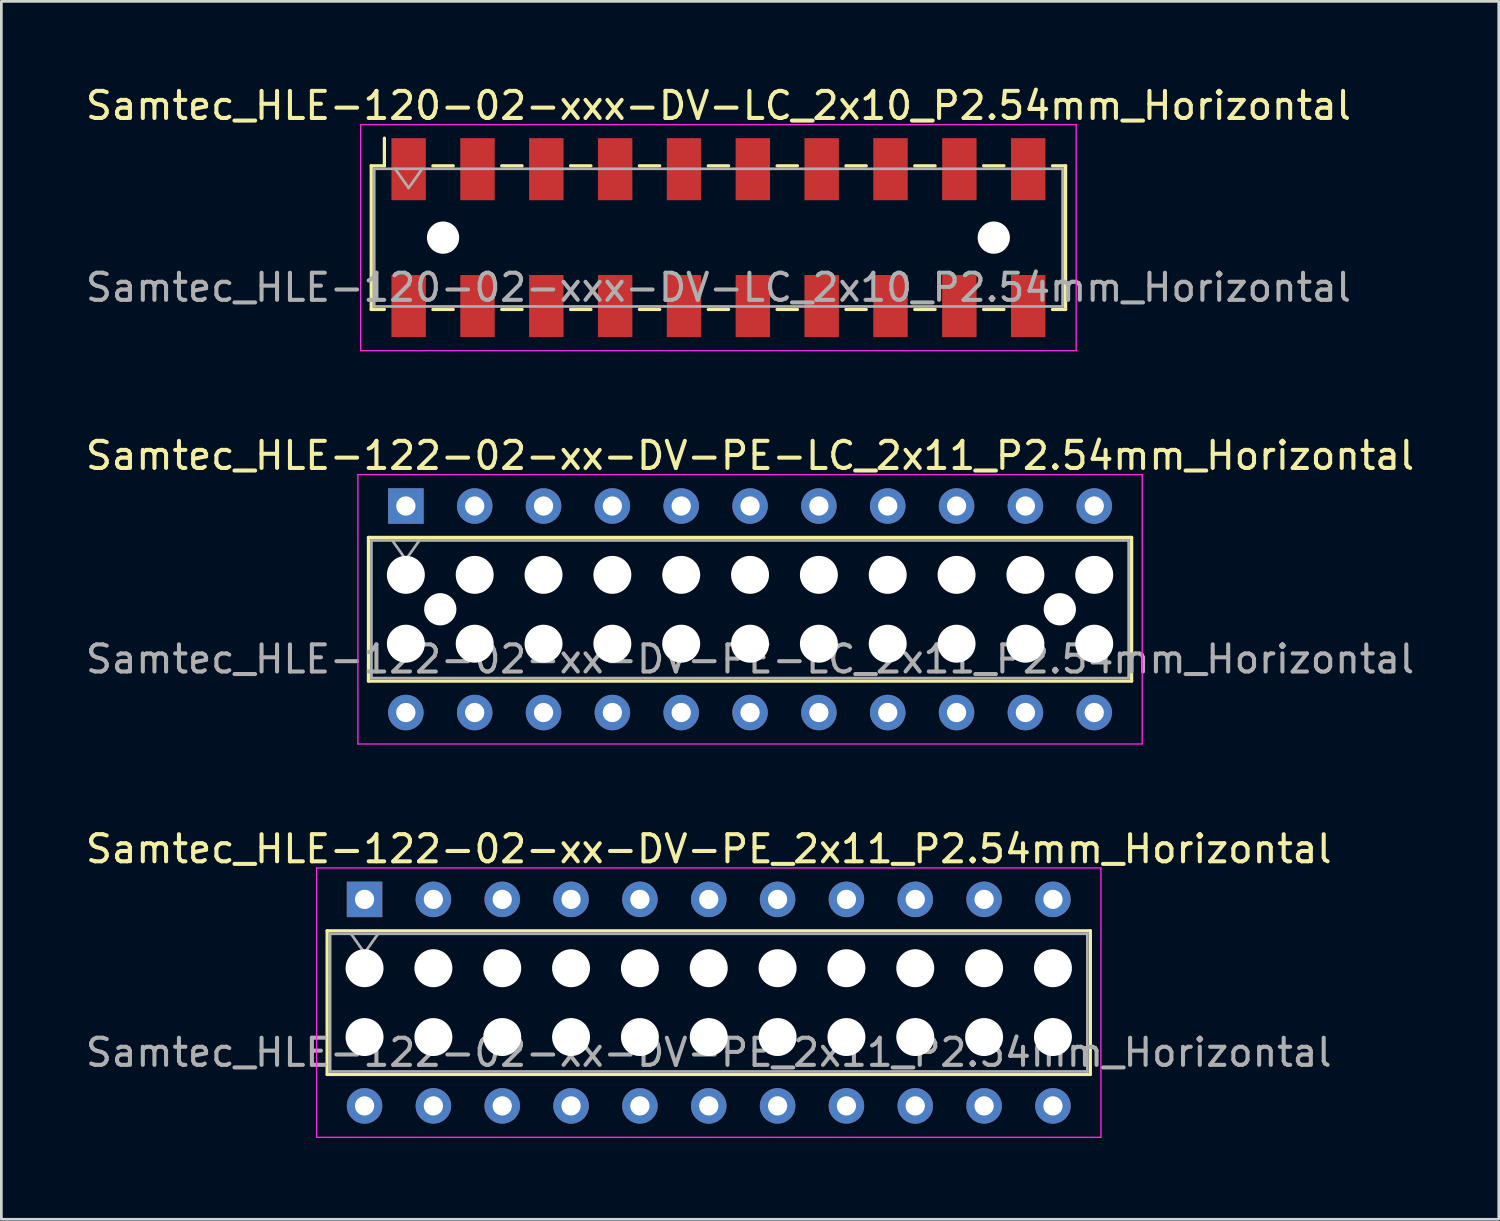
<source format=kicad_pcb>
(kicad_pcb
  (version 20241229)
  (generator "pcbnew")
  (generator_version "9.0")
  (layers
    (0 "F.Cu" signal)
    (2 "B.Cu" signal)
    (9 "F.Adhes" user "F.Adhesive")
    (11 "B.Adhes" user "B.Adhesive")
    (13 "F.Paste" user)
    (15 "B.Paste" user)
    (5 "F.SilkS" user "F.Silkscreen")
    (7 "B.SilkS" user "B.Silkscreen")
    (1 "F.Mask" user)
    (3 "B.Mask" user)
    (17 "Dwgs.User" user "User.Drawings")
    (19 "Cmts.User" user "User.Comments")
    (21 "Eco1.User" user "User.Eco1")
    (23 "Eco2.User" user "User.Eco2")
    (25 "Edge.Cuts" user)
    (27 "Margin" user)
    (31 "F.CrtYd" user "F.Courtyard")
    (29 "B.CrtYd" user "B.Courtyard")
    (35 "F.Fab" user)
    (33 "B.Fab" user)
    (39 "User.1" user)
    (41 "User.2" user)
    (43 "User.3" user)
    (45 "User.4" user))
  (footprint "Samtec_HLE-122-02-xx-DV-PE_2x11_P2.54mm_Horizontal"
    (layer "F.Cu")
    (at 10.401 30.135)
    (property "Reference" "Samtec_HLE-122-02-xx-DV-PE_2x11_P2.54mm_Horizontal" (at 12.7 -1.86 0) (layer "F.SilkS") (effects (font (size 1 1) (thickness 0.15))))
    (attr through_hole)
    (fp_line (start -1.38 1.16) (end 26.78 1.16) (stroke (width 0.12) (type solid)) (layer "F.SilkS"))
    (fp_line (start -1.38 6.46) (end -1.38 1.16) (stroke (width 0.12) (type solid)) (layer "F.SilkS"))
    (fp_line (start 26.78 1.16) (end 26.78 6.46) (stroke (width 0.12) (type solid)) (layer "F.SilkS"))
    (fp_line (start 26.78 6.46) (end -1.38 6.46) (stroke (width 0.12) (type solid)) (layer "F.SilkS"))
    (fp_line (start -1.77 -1.16) (end 27.17 -1.16) (stroke (width 0.05) (type solid)) (layer "F.CrtYd"))
    (fp_line (start -1.77 8.78) (end -1.77 -1.16) (stroke (width 0.05) (type solid)) (layer "F.CrtYd"))
    (fp_line (start 27.17 -1.16) (end 27.17 8.78) (stroke (width 0.05) (type solid)) (layer "F.CrtYd"))
    (fp_line (start 27.17 8.78) (end -1.77 8.78) (stroke (width 0.05) (type solid)) (layer "F.CrtYd"))
    (fp_line (start -1.27 1.27) (end 26.67 1.27) (stroke (width 0.1) (type solid)) (layer "F.Fab"))
    (fp_line (start -1.27 6.35) (end -1.27 1.27) (stroke (width 0.1) (type solid)) (layer "F.Fab"))
    (fp_line (start -0.5 1.27) (end 0 1.977) (stroke (width 0.1) (type solid)) (layer "F.Fab"))
    (fp_line (start 0 1.977) (end 0.5 1.27) (stroke (width 0.1) (type solid)) (layer "F.Fab"))
    (fp_line (start 26.67 1.27) (end 26.67 6.35) (stroke (width 0.1) (type solid)) (layer "F.Fab"))
    (fp_line (start 26.67 6.35) (end -1.27 6.35) (stroke (width 0.1) (type solid)) (layer "F.Fab"))
    (fp_text user "${REFERENCE}" (at 12.7 5.65 0) (layer "F.Fab") (effects (font (size 1 1) (thickness 0.15))))
    (pad "" np_thru_hole circle (at 0 2.54) (size 1.4 1.4) (drill 1.4) (layers "*.Cu" "*.Mask"))
    (pad "" np_thru_hole circle (at 0 5.08) (size 1.4 1.4) (drill 1.4) (layers "*.Cu" "*.Mask"))
    (pad "" np_thru_hole circle (at 2.54 2.54) (size 1.4 1.4) (drill 1.4) (layers "*.Cu" "*.Mask"))
    (pad "" np_thru_hole circle (at 2.54 5.08) (size 1.4 1.4) (drill 1.4) (layers "*.Cu" "*.Mask"))
    (pad "" np_thru_hole circle (at 5.08 2.54) (size 1.4 1.4) (drill 1.4) (layers "*.Cu" "*.Mask"))
    (pad "" np_thru_hole circle (at 5.08 5.08) (size 1.4 1.4) (drill 1.4) (layers "*.Cu" "*.Mask"))
    (pad "" np_thru_hole circle (at 7.62 2.54) (size 1.4 1.4) (drill 1.4) (layers "*.Cu" "*.Mask"))
    (pad "" np_thru_hole circle (at 7.62 5.08) (size 1.4 1.4) (drill 1.4) (layers "*.Cu" "*.Mask"))
    (pad "" np_thru_hole circle (at 10.16 2.54) (size 1.4 1.4) (drill 1.4) (layers "*.Cu" "*.Mask"))
    (pad "" np_thru_hole circle (at 10.16 5.08) (size 1.4 1.4) (drill 1.4) (layers "*.Cu" "*.Mask"))
    (pad "" np_thru_hole circle (at 12.7 2.54) (size 1.4 1.4) (drill 1.4) (layers "*.Cu" "*.Mask"))
    (pad "" np_thru_hole circle (at 12.7 5.08) (size 1.4 1.4) (drill 1.4) (layers "*.Cu" "*.Mask"))
    (pad "" np_thru_hole circle (at 15.24 2.54) (size 1.4 1.4) (drill 1.4) (layers "*.Cu" "*.Mask"))
    (pad "" np_thru_hole circle (at 15.24 5.08) (size 1.4 1.4) (drill 1.4) (layers "*.Cu" "*.Mask"))
    (pad "" np_thru_hole circle (at 17.78 2.54) (size 1.4 1.4) (drill 1.4) (layers "*.Cu" "*.Mask"))
    (pad "" np_thru_hole circle (at 17.78 5.08) (size 1.4 1.4) (drill 1.4) (layers "*.Cu" "*.Mask"))
    (pad "" np_thru_hole circle (at 20.32 2.54) (size 1.4 1.4) (drill 1.4) (layers "*.Cu" "*.Mask"))
    (pad "" np_thru_hole circle (at 20.32 5.08) (size 1.4 1.4) (drill 1.4) (layers "*.Cu" "*.Mask"))
    (pad "" np_thru_hole circle (at 22.86 2.54) (size 1.4 1.4) (drill 1.4) (layers "*.Cu" "*.Mask"))
    (pad "" np_thru_hole circle (at 22.86 5.08) (size 1.4 1.4) (drill 1.4) (layers "*.Cu" "*.Mask"))
    (pad "" np_thru_hole circle (at 25.4 2.54) (size 1.4 1.4) (drill 1.4) (layers "*.Cu" "*.Mask"))
    (pad "" np_thru_hole circle (at 25.4 5.08) (size 1.4 1.4) (drill 1.4) (layers "*.Cu" "*.Mask"))
    (pad "1" thru_hole rect (at 0 0) (size 1.31 1.31) (drill 0.71) (layers "*.Cu" "*.Mask"))
    (pad "2" thru_hole circle (at 0 7.62) (size 1.31 1.31) (drill 0.71) (layers "*.Cu" "*.Mask"))
    (pad "3" thru_hole circle (at 2.54 0) (size 1.31 1.31) (drill 0.71) (layers "*.Cu" "*.Mask"))
    (pad "4" thru_hole circle (at 2.54 7.62) (size 1.31 1.31) (drill 0.71) (layers "*.Cu" "*.Mask"))
    (pad "5" thru_hole circle (at 5.08 0) (size 1.31 1.31) (drill 0.71) (layers "*.Cu" "*.Mask"))
    (pad "6" thru_hole circle (at 5.08 7.62) (size 1.31 1.31) (drill 0.71) (layers "*.Cu" "*.Mask"))
    (pad "7" thru_hole circle (at 7.62 0) (size 1.31 1.31) (drill 0.71) (layers "*.Cu" "*.Mask"))
    (pad "8" thru_hole circle (at 7.62 7.62) (size 1.31 1.31) (drill 0.71) (layers "*.Cu" "*.Mask"))
    (pad "9" thru_hole circle (at 10.16 0) (size 1.31 1.31) (drill 0.71) (layers "*.Cu" "*.Mask"))
    (pad "10" thru_hole circle (at 10.16 7.62) (size 1.31 1.31) (drill 0.71) (layers "*.Cu" "*.Mask"))
    (pad "11" thru_hole circle (at 12.7 0) (size 1.31 1.31) (drill 0.71) (layers "*.Cu" "*.Mask"))
    (pad "12" thru_hole circle (at 12.7 7.62) (size 1.31 1.31) (drill 0.71) (layers "*.Cu" "*.Mask"))
    (pad "13" thru_hole circle (at 15.24 0) (size 1.31 1.31) (drill 0.71) (layers "*.Cu" "*.Mask"))
    (pad "14" thru_hole circle (at 15.24 7.62) (size 1.31 1.31) (drill 0.71) (layers "*.Cu" "*.Mask"))
    (pad "15" thru_hole circle (at 17.78 0) (size 1.31 1.31) (drill 0.71) (layers "*.Cu" "*.Mask"))
    (pad "16" thru_hole circle (at 17.78 7.62) (size 1.31 1.31) (drill 0.71) (layers "*.Cu" "*.Mask"))
    (pad "17" thru_hole circle (at 20.32 0) (size 1.31 1.31) (drill 0.71) (layers "*.Cu" "*.Mask"))
    (pad "18" thru_hole circle (at 20.32 7.62) (size 1.31 1.31) (drill 0.71) (layers "*.Cu" "*.Mask"))
    (pad "19" thru_hole circle (at 22.86 0) (size 1.31 1.31) (drill 0.71) (layers "*.Cu" "*.Mask"))
    (pad "20" thru_hole circle (at 22.86 7.62) (size 1.31 1.31) (drill 0.71) (layers "*.Cu" "*.Mask"))
    (pad "21" thru_hole circle (at 25.4 0) (size 1.31 1.31) (drill 0.71) (layers "*.Cu" "*.Mask"))
    (pad "22" thru_hole circle (at 25.4 7.62) (size 1.31 1.31) (drill 0.71) (layers "*.Cu" "*.Mask")))
  (footprint "Samtec_HLE-122-02-xx-DV-PE-LC_2x11_P2.54mm_Horizontal"
    (layer "F.Cu")
    (at 11.925 15.621)
    (property "Reference" "Samtec_HLE-122-02-xx-DV-PE-LC_2x11_P2.54mm_Horizontal" (at 12.7 -1.86 0) (layer "F.SilkS") (effects (font (size 1 1) (thickness 0.15))))
    (attr through_hole)
    (fp_line (start -1.38 1.16) (end 26.78 1.16) (stroke (width 0.12) (type solid)) (layer "F.SilkS"))
    (fp_line (start -1.38 6.46) (end -1.38 1.16) (stroke (width 0.12) (type solid)) (layer "F.SilkS"))
    (fp_line (start 26.78 1.16) (end 26.78 6.46) (stroke (width 0.12) (type solid)) (layer "F.SilkS"))
    (fp_line (start 26.78 6.46) (end -1.38 6.46) (stroke (width 0.12) (type solid)) (layer "F.SilkS"))
    (fp_line (start -1.77 -1.16) (end 27.17 -1.16) (stroke (width 0.05) (type solid)) (layer "F.CrtYd"))
    (fp_line (start -1.77 8.78) (end -1.77 -1.16) (stroke (width 0.05) (type solid)) (layer "F.CrtYd"))
    (fp_line (start 27.17 -1.16) (end 27.17 8.78) (stroke (width 0.05) (type solid)) (layer "F.CrtYd"))
    (fp_line (start 27.17 8.78) (end -1.77 8.78) (stroke (width 0.05) (type solid)) (layer "F.CrtYd"))
    (fp_line (start -1.27 1.27) (end 26.67 1.27) (stroke (width 0.1) (type solid)) (layer "F.Fab"))
    (fp_line (start -1.27 6.35) (end -1.27 1.27) (stroke (width 0.1) (type solid)) (layer "F.Fab"))
    (fp_line (start -0.5 1.27) (end 0 1.977) (stroke (width 0.1) (type solid)) (layer "F.Fab"))
    (fp_line (start 0 1.977) (end 0.5 1.27) (stroke (width 0.1) (type solid)) (layer "F.Fab"))
    (fp_line (start 26.67 1.27) (end 26.67 6.35) (stroke (width 0.1) (type solid)) (layer "F.Fab"))
    (fp_line (start 26.67 6.35) (end -1.27 6.35) (stroke (width 0.1) (type solid)) (layer "F.Fab"))
    (fp_text user "${REFERENCE}" (at 12.7 5.65 0) (layer "F.Fab") (effects (font (size 1 1) (thickness 0.15))))
    (pad "" np_thru_hole circle (at 0 2.54) (size 1.4 1.4) (drill 1.4) (layers "*.Cu" "*.Mask"))
    (pad "" np_thru_hole circle (at 0 5.08) (size 1.4 1.4) (drill 1.4) (layers "*.Cu" "*.Mask"))
    (pad "" np_thru_hole circle (at 1.27 3.81) (size 1.19 1.19) (drill 1.19) (layers "*.Cu" "*.Mask"))
    (pad "" np_thru_hole circle (at 2.54 2.54) (size 1.4 1.4) (drill 1.4) (layers "*.Cu" "*.Mask"))
    (pad "" np_thru_hole circle (at 2.54 5.08) (size 1.4 1.4) (drill 1.4) (layers "*.Cu" "*.Mask"))
    (pad "" np_thru_hole circle (at 5.08 2.54) (size 1.4 1.4) (drill 1.4) (layers "*.Cu" "*.Mask"))
    (pad "" np_thru_hole circle (at 5.08 5.08) (size 1.4 1.4) (drill 1.4) (layers "*.Cu" "*.Mask"))
    (pad "" np_thru_hole circle (at 7.62 2.54) (size 1.4 1.4) (drill 1.4) (layers "*.Cu" "*.Mask"))
    (pad "" np_thru_hole circle (at 7.62 5.08) (size 1.4 1.4) (drill 1.4) (layers "*.Cu" "*.Mask"))
    (pad "" np_thru_hole circle (at 10.16 2.54) (size 1.4 1.4) (drill 1.4) (layers "*.Cu" "*.Mask"))
    (pad "" np_thru_hole circle (at 10.16 5.08) (size 1.4 1.4) (drill 1.4) (layers "*.Cu" "*.Mask"))
    (pad "" np_thru_hole circle (at 12.7 2.54) (size 1.4 1.4) (drill 1.4) (layers "*.Cu" "*.Mask"))
    (pad "" np_thru_hole circle (at 12.7 5.08) (size 1.4 1.4) (drill 1.4) (layers "*.Cu" "*.Mask"))
    (pad "" np_thru_hole circle (at 15.24 2.54) (size 1.4 1.4) (drill 1.4) (layers "*.Cu" "*.Mask"))
    (pad "" np_thru_hole circle (at 15.24 5.08) (size 1.4 1.4) (drill 1.4) (layers "*.Cu" "*.Mask"))
    (pad "" np_thru_hole circle (at 17.78 2.54) (size 1.4 1.4) (drill 1.4) (layers "*.Cu" "*.Mask"))
    (pad "" np_thru_hole circle (at 17.78 5.08) (size 1.4 1.4) (drill 1.4) (layers "*.Cu" "*.Mask"))
    (pad "" np_thru_hole circle (at 20.32 2.54) (size 1.4 1.4) (drill 1.4) (layers "*.Cu" "*.Mask"))
    (pad "" np_thru_hole circle (at 20.32 5.08) (size 1.4 1.4) (drill 1.4) (layers "*.Cu" "*.Mask"))
    (pad "" np_thru_hole circle (at 22.86 2.54) (size 1.4 1.4) (drill 1.4) (layers "*.Cu" "*.Mask"))
    (pad "" np_thru_hole circle (at 22.86 5.08) (size 1.4 1.4) (drill 1.4) (layers "*.Cu" "*.Mask"))
    (pad "" np_thru_hole circle (at 24.13 3.81) (size 1.19 1.19) (drill 1.19) (layers "*.Cu" "*.Mask"))
    (pad "" np_thru_hole circle (at 25.4 2.54) (size 1.4 1.4) (drill 1.4) (layers "*.Cu" "*.Mask"))
    (pad "" np_thru_hole circle (at 25.4 5.08) (size 1.4 1.4) (drill 1.4) (layers "*.Cu" "*.Mask"))
    (pad "1" thru_hole rect (at 0 0) (size 1.31 1.31) (drill 0.71) (layers "*.Cu" "*.Mask"))
    (pad "2" thru_hole circle (at 0 7.62) (size 1.31 1.31) (drill 0.71) (layers "*.Cu" "*.Mask"))
    (pad "3" thru_hole circle (at 2.54 0) (size 1.31 1.31) (drill 0.71) (layers "*.Cu" "*.Mask"))
    (pad "4" thru_hole circle (at 2.54 7.62) (size 1.31 1.31) (drill 0.71) (layers "*.Cu" "*.Mask"))
    (pad "5" thru_hole circle (at 5.08 0) (size 1.31 1.31) (drill 0.71) (layers "*.Cu" "*.Mask"))
    (pad "6" thru_hole circle (at 5.08 7.62) (size 1.31 1.31) (drill 0.71) (layers "*.Cu" "*.Mask"))
    (pad "7" thru_hole circle (at 7.62 0) (size 1.31 1.31) (drill 0.71) (layers "*.Cu" "*.Mask"))
    (pad "8" thru_hole circle (at 7.62 7.62) (size 1.31 1.31) (drill 0.71) (layers "*.Cu" "*.Mask"))
    (pad "9" thru_hole circle (at 10.16 0) (size 1.31 1.31) (drill 0.71) (layers "*.Cu" "*.Mask"))
    (pad "10" thru_hole circle (at 10.16 7.62) (size 1.31 1.31) (drill 0.71) (layers "*.Cu" "*.Mask"))
    (pad "11" thru_hole circle (at 12.7 0) (size 1.31 1.31) (drill 0.71) (layers "*.Cu" "*.Mask"))
    (pad "12" thru_hole circle (at 12.7 7.62) (size 1.31 1.31) (drill 0.71) (layers "*.Cu" "*.Mask"))
    (pad "13" thru_hole circle (at 15.24 0) (size 1.31 1.31) (drill 0.71) (layers "*.Cu" "*.Mask"))
    (pad "14" thru_hole circle (at 15.24 7.62) (size 1.31 1.31) (drill 0.71) (layers "*.Cu" "*.Mask"))
    (pad "15" thru_hole circle (at 17.78 0) (size 1.31 1.31) (drill 0.71) (layers "*.Cu" "*.Mask"))
    (pad "16" thru_hole circle (at 17.78 7.62) (size 1.31 1.31) (drill 0.71) (layers "*.Cu" "*.Mask"))
    (pad "17" thru_hole circle (at 20.32 0) (size 1.31 1.31) (drill 0.71) (layers "*.Cu" "*.Mask"))
    (pad "18" thru_hole circle (at 20.32 7.62) (size 1.31 1.31) (drill 0.71) (layers "*.Cu" "*.Mask"))
    (pad "19" thru_hole circle (at 22.86 0) (size 1.31 1.31) (drill 0.71) (layers "*.Cu" "*.Mask"))
    (pad "20" thru_hole circle (at 22.86 7.62) (size 1.31 1.31) (drill 0.71) (layers "*.Cu" "*.Mask"))
    (pad "21" thru_hole circle (at 25.4 0) (size 1.31 1.31) (drill 0.71) (layers "*.Cu" "*.Mask"))
    (pad "22" thru_hole circle (at 25.4 7.62) (size 1.31 1.31) (drill 0.71) (layers "*.Cu" "*.Mask")))
  (footprint "Samtec_HLE-120-02-xxx-DV-LC_2x10_P2.54mm_Horizontal"
    (layer "F.Cu")
    (at 23.458 5.718)
    (property "Reference" "Samtec_HLE-120-02-xxx-DV-LC_2x10_P2.54mm_Horizontal" (at 0 -4.87 0) (layer "F.SilkS") (effects (font (size 1 1) (thickness 0.15))))
    (attr smd)
    (fp_line (start -12.81 -2.65) (end -12.81 2.65) (stroke (width 0.12) (type solid)) (layer "F.SilkS"))
    (fp_line (start -12.81 2.65) (end -12.325 2.65) (stroke (width 0.12) (type solid)) (layer "F.SilkS"))
    (fp_line (start -12.325 -3.67) (end -12.325 -2.65) (stroke (width 0.12) (type solid)) (layer "F.SilkS"))
    (fp_line (start -12.325 -2.65) (end -12.81 -2.65) (stroke (width 0.12) (type solid)) (layer "F.SilkS"))
    (fp_line (start -10.535 -2.65) (end -9.785 -2.65) (stroke (width 0.12) (type solid)) (layer "F.SilkS"))
    (fp_line (start -10.535 2.65) (end -9.785 2.65) (stroke (width 0.12) (type solid)) (layer "F.SilkS"))
    (fp_line (start -7.995 -2.65) (end -7.245 -2.65) (stroke (width 0.12) (type solid)) (layer "F.SilkS"))
    (fp_line (start -7.995 2.65) (end -7.245 2.65) (stroke (width 0.12) (type solid)) (layer "F.SilkS"))
    (fp_line (start -5.455 -2.65) (end -4.705 -2.65) (stroke (width 0.12) (type solid)) (layer "F.SilkS"))
    (fp_line (start -5.455 2.65) (end -4.705 2.65) (stroke (width 0.12) (type solid)) (layer "F.SilkS"))
    (fp_line (start -2.915 -2.65) (end -2.165 -2.65) (stroke (width 0.12) (type solid)) (layer "F.SilkS"))
    (fp_line (start -2.915 2.65) (end -2.165 2.65) (stroke (width 0.12) (type solid)) (layer "F.SilkS"))
    (fp_line (start -0.375 -2.65) (end 0.375 -2.65) (stroke (width 0.12) (type solid)) (layer "F.SilkS"))
    (fp_line (start -0.375 2.65) (end 0.375 2.65) (stroke (width 0.12) (type solid)) (layer "F.SilkS"))
    (fp_line (start 2.165 -2.65) (end 2.915 -2.65) (stroke (width 0.12) (type solid)) (layer "F.SilkS"))
    (fp_line (start 2.165 2.65) (end 2.915 2.65) (stroke (width 0.12) (type solid)) (layer "F.SilkS"))
    (fp_line (start 4.705 -2.65) (end 5.455 -2.65) (stroke (width 0.12) (type solid)) (layer "F.SilkS"))
    (fp_line (start 4.705 2.65) (end 5.455 2.65) (stroke (width 0.12) (type solid)) (layer "F.SilkS"))
    (fp_line (start 7.245 -2.65) (end 7.995 -2.65) (stroke (width 0.12) (type solid)) (layer "F.SilkS"))
    (fp_line (start 7.245 2.65) (end 7.995 2.65) (stroke (width 0.12) (type solid)) (layer "F.SilkS"))
    (fp_line (start 9.785 -2.65) (end 10.535 -2.65) (stroke (width 0.12) (type solid)) (layer "F.SilkS"))
    (fp_line (start 9.785 2.65) (end 10.535 2.65) (stroke (width 0.12) (type solid)) (layer "F.SilkS"))
    (fp_line (start 12.325 -2.65) (end 12.81 -2.65) (stroke (width 0.12) (type solid)) (layer "F.SilkS"))
    (fp_line (start 12.81 -2.65) (end 12.81 2.65) (stroke (width 0.12) (type solid)) (layer "F.SilkS"))
    (fp_line (start 12.81 2.65) (end 12.325 2.65) (stroke (width 0.12) (type solid)) (layer "F.SilkS"))
    (fp_line (start -13.2 -4.17) (end 13.2 -4.17) (stroke (width 0.05) (type solid)) (layer "F.CrtYd"))
    (fp_line (start -13.2 4.17) (end -13.2 -4.17) (stroke (width 0.05) (type solid)) (layer "F.CrtYd"))
    (fp_line (start 13.2 -4.17) (end 13.2 4.17) (stroke (width 0.05) (type solid)) (layer "F.CrtYd"))
    (fp_line (start 13.2 4.17) (end -13.2 4.17) (stroke (width 0.05) (type solid)) (layer "F.CrtYd"))
    (fp_line (start -12.7 -2.54) (end 12.7 -2.54) (stroke (width 0.1) (type solid)) (layer "F.Fab"))
    (fp_line (start -12.7 2.54) (end -12.7 -2.54) (stroke (width 0.1) (type solid)) (layer "F.Fab"))
    (fp_line (start -11.93 -2.54) (end -11.43 -1.833) (stroke (width 0.1) (type solid)) (layer "F.Fab"))
    (fp_line (start -11.43 -1.833) (end -10.93 -2.54) (stroke (width 0.1) (type solid)) (layer "F.Fab"))
    (fp_line (start 12.7 -2.54) (end 12.7 2.54) (stroke (width 0.1) (type solid)) (layer "F.Fab"))
    (fp_line (start 12.7 2.54) (end -12.7 2.54) (stroke (width 0.1) (type solid)) (layer "F.Fab"))
    (fp_text user "${REFERENCE}" (at 0 1.84 0) (layer "F.Fab") (effects (font (size 1 1) (thickness 0.15))))
    (pad "" np_thru_hole circle (at -10.16 0) (size 1.19 1.19) (drill 1.19) (layers "*.Cu" "*.Mask"))
    (pad "" np_thru_hole circle (at 10.16 0) (size 1.19 1.19) (drill 1.19) (layers "*.Cu" "*.Mask"))
    (pad "1" smd rect (at -11.43 -2.525) (size 1.27 2.29) (layers "F.Cu" "F.Mask" "F.Paste"))
    (pad "2" smd rect (at -11.43 2.525) (size 1.27 2.29) (layers "F.Cu" "F.Mask" "F.Paste"))
    (pad "3" smd rect (at -8.89 -2.525) (size 1.27 2.29) (layers "F.Cu" "F.Mask" "F.Paste"))
    (pad "4" smd rect (at -8.89 2.525) (size 1.27 2.29) (layers "F.Cu" "F.Mask" "F.Paste"))
    (pad "5" smd rect (at -6.35 -2.525) (size 1.27 2.29) (layers "F.Cu" "F.Mask" "F.Paste"))
    (pad "6" smd rect (at -6.35 2.525) (size 1.27 2.29) (layers "F.Cu" "F.Mask" "F.Paste"))
    (pad "7" smd rect (at -3.81 -2.525) (size 1.27 2.29) (layers "F.Cu" "F.Mask" "F.Paste"))
    (pad "8" smd rect (at -3.81 2.525) (size 1.27 2.29) (layers "F.Cu" "F.Mask" "F.Paste"))
    (pad "9" smd rect (at -1.27 -2.525) (size 1.27 2.29) (layers "F.Cu" "F.Mask" "F.Paste"))
    (pad "10" smd rect (at -1.27 2.525) (size 1.27 2.29) (layers "F.Cu" "F.Mask" "F.Paste"))
    (pad "11" smd rect (at 1.27 -2.525) (size 1.27 2.29) (layers "F.Cu" "F.Mask" "F.Paste"))
    (pad "12" smd rect (at 1.27 2.525) (size 1.27 2.29) (layers "F.Cu" "F.Mask" "F.Paste"))
    (pad "13" smd rect (at 3.81 -2.525) (size 1.27 2.29) (layers "F.Cu" "F.Mask" "F.Paste"))
    (pad "14" smd rect (at 3.81 2.525) (size 1.27 2.29) (layers "F.Cu" "F.Mask" "F.Paste"))
    (pad "15" smd rect (at 6.35 -2.525) (size 1.27 2.29) (layers "F.Cu" "F.Mask" "F.Paste"))
    (pad "16" smd rect (at 6.35 2.525) (size 1.27 2.29) (layers "F.Cu" "F.Mask" "F.Paste"))
    (pad "17" smd rect (at 8.89 -2.525) (size 1.27 2.29) (layers "F.Cu" "F.Mask" "F.Paste"))
    (pad "18" smd rect (at 8.89 2.525) (size 1.27 2.29) (layers "F.Cu" "F.Mask" "F.Paste"))
    (pad "19" smd rect (at 11.43 -2.525) (size 1.27 2.29) (layers "F.Cu" "F.Mask" "F.Paste"))
    (pad "20" smd rect (at 11.43 2.525) (size 1.27 2.29) (layers "F.Cu" "F.Mask" "F.Paste")))
  (gr_rect
    (start -3 -3)
    (end 52.25 41.94)
    (stroke (width 0.1) (type default))
    (fill no)
    (layer "Edge.Cuts")))
</source>
